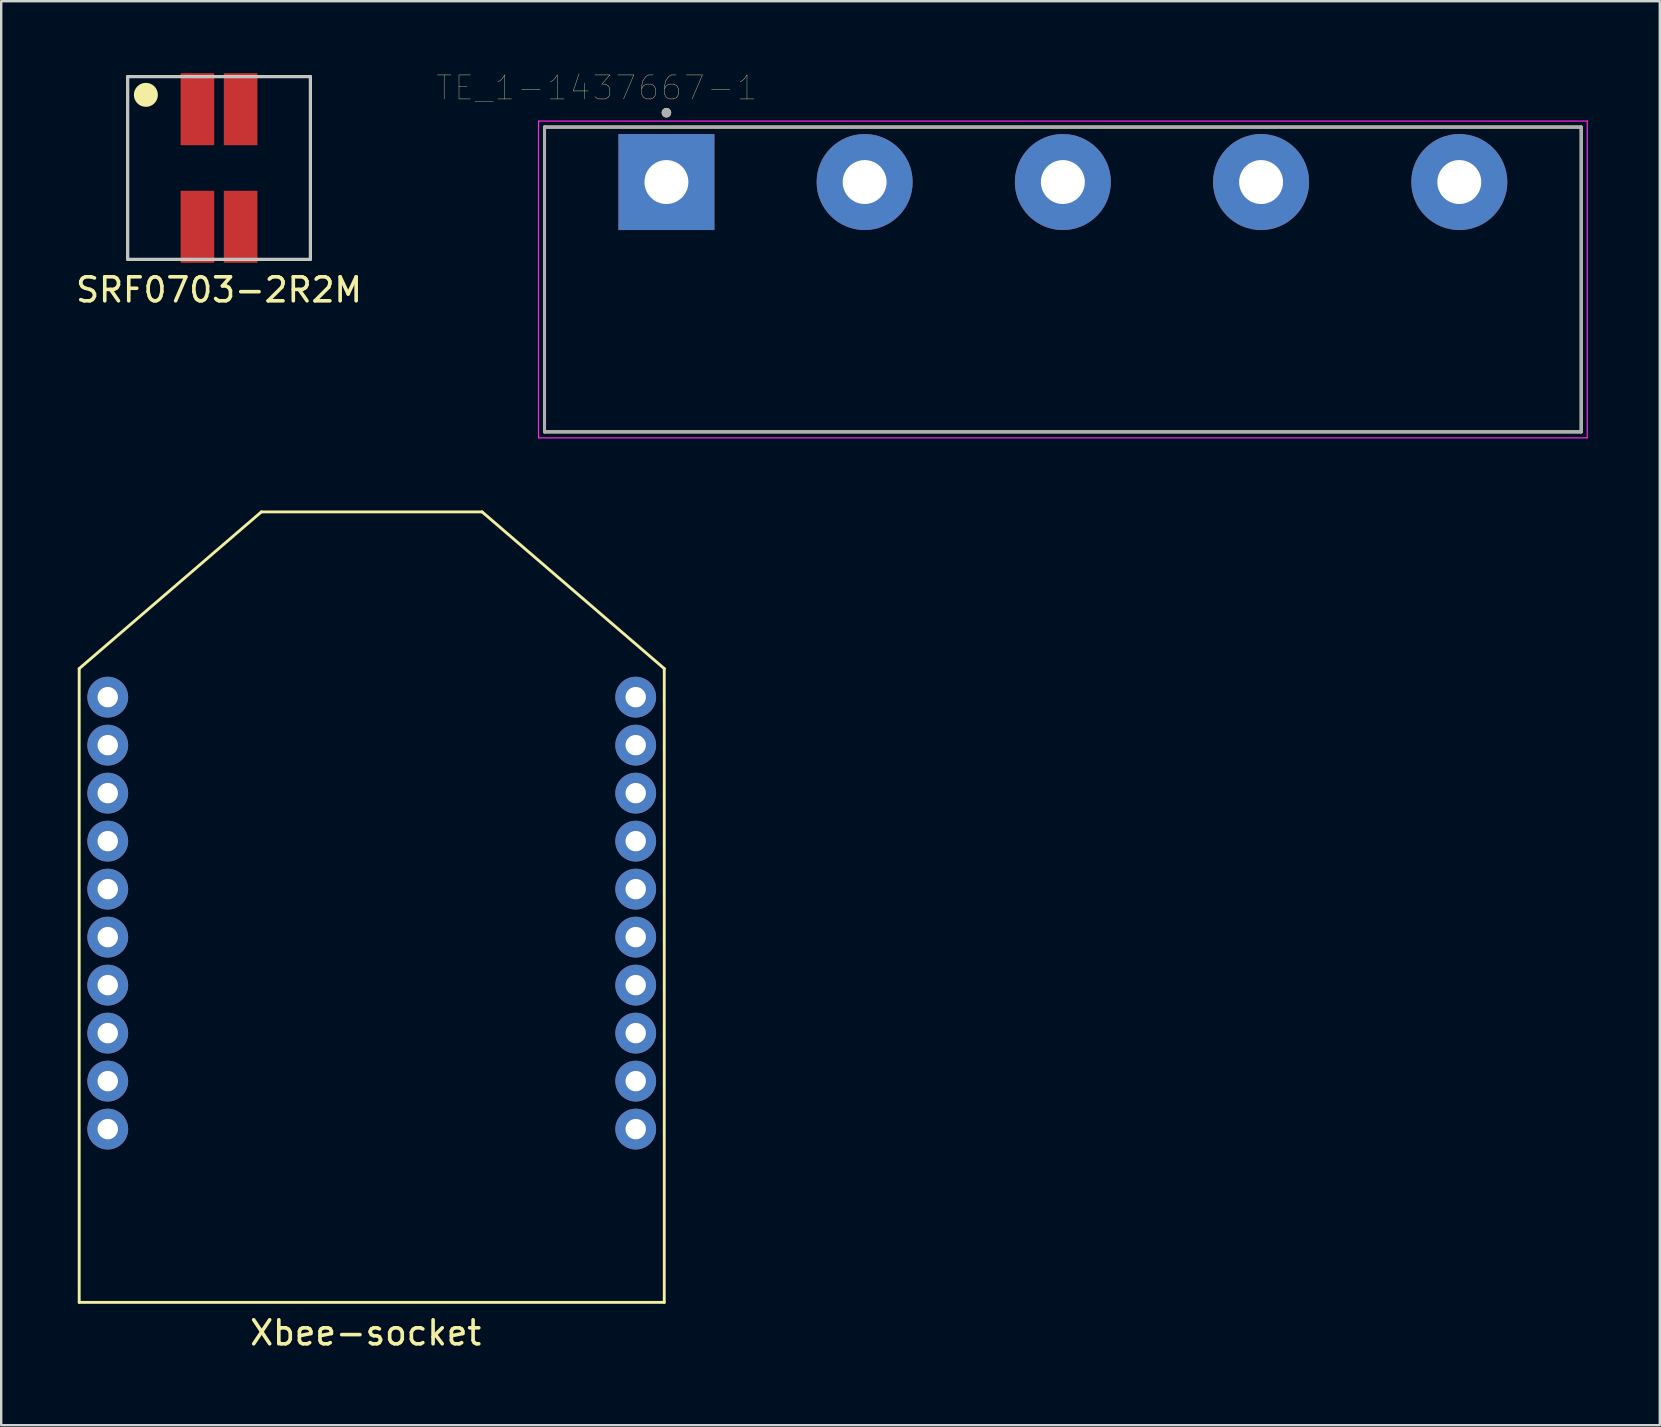
<source format=kicad_pcb>
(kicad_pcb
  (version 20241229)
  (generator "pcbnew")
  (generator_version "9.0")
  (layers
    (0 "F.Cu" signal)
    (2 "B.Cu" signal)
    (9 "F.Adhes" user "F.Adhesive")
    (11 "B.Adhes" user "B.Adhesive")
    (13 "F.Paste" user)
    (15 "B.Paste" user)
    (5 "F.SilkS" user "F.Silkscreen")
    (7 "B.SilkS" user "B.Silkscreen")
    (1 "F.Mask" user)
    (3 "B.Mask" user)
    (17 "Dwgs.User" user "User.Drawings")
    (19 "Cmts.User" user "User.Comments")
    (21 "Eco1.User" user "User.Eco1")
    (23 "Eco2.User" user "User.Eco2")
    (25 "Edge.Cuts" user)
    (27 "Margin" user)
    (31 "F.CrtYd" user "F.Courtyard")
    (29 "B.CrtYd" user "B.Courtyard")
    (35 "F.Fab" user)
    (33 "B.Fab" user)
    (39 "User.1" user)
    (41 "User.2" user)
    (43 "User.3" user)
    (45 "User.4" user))
  (footprint "Xbee-socket"
    (layer "F.Cu")
    (at 0.25 51.221)
    (property "Reference" "Xbee-socket" (at 11.938 1.27 0) (layer "F.SilkS") (effects (font (size 1 1) (thickness 0.15))))
    (attr through_hole)
    (fp_line (start 0 -26.41) (end 7.59 -32.94) (stroke (width 0.12) (type solid)) (layer "F.SilkS"))
    (fp_line (start 0 0) (end 0 -26.41) (stroke (width 0.12) (type solid)) (layer "F.SilkS"))
    (fp_line (start 0 0) (end 24.38 0) (stroke (width 0.12) (type solid)) (layer "F.SilkS"))
    (fp_line (start 7.59 -32.94) (end 16.79 -32.94) (stroke (width 0.12) (type solid)) (layer "F.SilkS"))
    (fp_line (start 24.38 -26.41) (end 16.79 -32.94) (stroke (width 0.12) (type solid)) (layer "F.SilkS"))
    (fp_line (start 24.38 0) (end 24.38 -26.41) (stroke (width 0.12) (type solid)) (layer "F.SilkS"))
    (pad "1" thru_hole circle (at 1.19 -25.22) (size 1.7 1.7) (drill 0.85) (layers "*.Cu" "*.Mask"))
    (pad "2" thru_hole circle (at 1.19 -23.22) (size 1.7 1.7) (drill 0.85) (layers "*.Cu" "*.Mask"))
    (pad "3" thru_hole circle (at 1.19 -21.22) (size 1.7 1.7) (drill 0.85) (layers "*.Cu" "*.Mask"))
    (pad "4" thru_hole circle (at 1.19 -19.22) (size 1.7 1.7) (drill 0.85) (layers "*.Cu" "*.Mask"))
    (pad "5" thru_hole circle (at 1.19 -17.22) (size 1.7 1.7) (drill 0.85) (layers "*.Cu" "*.Mask"))
    (pad "6" thru_hole circle (at 1.19 -15.22) (size 1.7 1.7) (drill 0.85) (layers "*.Cu" "*.Mask"))
    (pad "7" thru_hole circle (at 1.19 -13.22) (size 1.7 1.7) (drill 0.85) (layers "*.Cu" "*.Mask"))
    (pad "8" thru_hole circle (at 1.19 -11.22) (size 1.7 1.7) (drill 0.85) (layers "*.Cu" "*.Mask"))
    (pad "9" thru_hole circle (at 1.19 -9.22) (size 1.7 1.7) (drill 0.85) (layers "*.Cu" "*.Mask"))
    (pad "10" thru_hole circle (at 1.19 -7.22) (size 1.7 1.7) (drill 0.85) (layers "*.Cu" "*.Mask"))
    (pad "11" thru_hole circle (at 23.19 -7.22) (size 1.7 1.7) (drill 0.85) (layers "*.Cu" "*.Mask"))
    (pad "12" thru_hole circle (at 23.19 -9.22) (size 1.7 1.7) (drill 0.85) (layers "*.Cu" "*.Mask"))
    (pad "13" thru_hole circle (at 23.19 -11.22) (size 1.7 1.7) (drill 0.85) (layers "*.Cu" "*.Mask"))
    (pad "14" thru_hole circle (at 23.19 -13.22) (size 1.7 1.7) (drill 0.85) (layers "*.Cu" "*.Mask"))
    (pad "15" thru_hole circle (at 23.19 -15.22) (size 1.7 1.7) (drill 0.85) (layers "*.Cu" "*.Mask"))
    (pad "16" thru_hole circle (at 23.19 -17.22) (size 1.7 1.7) (drill 0.85) (layers "*.Cu" "*.Mask"))
    (pad "17" thru_hole circle (at 23.19 -19.22) (size 1.7 1.7) (drill 0.85) (layers "*.Cu" "*.Mask"))
    (pad "18" thru_hole circle (at 23.19 -21.22) (size 1.7 1.7) (drill 0.85) (layers "*.Cu" "*.Mask"))
    (pad "19" thru_hole circle (at 23.19 -23.22) (size 1.7 1.7) (drill 0.85) (layers "*.Cu" "*.Mask"))
    (pad "20" thru_hole circle (at 23.19 -25.22) (size 1.7 1.7) (drill 0.85) (layers "*.Cu" "*.Mask")))
  (footprint "TE_1-1437667-1"
    (layer "F.Cu")
    (at 41.24 4.536)
    (property "Reference" "TE_1-1437667-1" (at -19.425 -3.925 0) (layer "F.SilkS") (effects (font (size 1 1) (thickness 0.015))))
    (attr through_hole)
    (fp_line (start -21.6 -2.29) (end 21.6 -2.29) (stroke (width 0.127) (type solid)) (layer "F.SilkS"))
    (fp_line (start -21.6 10.41) (end -21.6 -2.29) (stroke (width 0.127) (type solid)) (layer "F.SilkS"))
    (fp_line (start 21.6 -2.29) (end 21.6 10.41) (stroke (width 0.127) (type solid)) (layer "F.SilkS"))
    (fp_line (start 21.6 10.41) (end -21.6 10.41) (stroke (width 0.127) (type solid)) (layer "F.SilkS"))
    (fp_circle (center -16.52 -2.89) (end -16.42 -2.89) (stroke (width 0.2) (type solid)) (fill no) (layer "F.SilkS"))
    (fp_line (start -21.85 -2.54) (end 21.85 -2.54) (stroke (width 0.05) (type solid)) (layer "F.CrtYd"))
    (fp_line (start -21.85 10.66) (end -21.85 -2.54) (stroke (width 0.05) (type solid)) (layer "F.CrtYd"))
    (fp_line (start 21.85 -2.54) (end 21.85 10.66) (stroke (width 0.05) (type solid)) (layer "F.CrtYd"))
    (fp_line (start 21.85 10.66) (end -21.85 10.66) (stroke (width 0.05) (type solid)) (layer "F.CrtYd"))
    (fp_line (start -21.6 -2.29) (end 21.6 -2.29) (stroke (width 0.127) (type solid)) (layer "F.Fab"))
    (fp_line (start -21.6 10.41) (end -21.6 -2.29) (stroke (width 0.127) (type solid)) (layer "F.Fab"))
    (fp_line (start 21.6 -2.29) (end 21.6 10.41) (stroke (width 0.127) (type solid)) (layer "F.Fab"))
    (fp_line (start 21.6 10.41) (end -21.6 10.41) (stroke (width 0.127) (type solid)) (layer "F.Fab"))
    (fp_circle (center -16.52 -2.89) (end -16.42 -2.89) (stroke (width 0.2) (type solid)) (fill no) (layer "F.Fab"))
    (pad "1" thru_hole rect (at -16.52 0) (size 4 4) (drill 1.83) (layers "*.Cu" "*.Mask"))
    (pad "2" thru_hole circle (at -8.26 0) (size 4 4) (drill 1.83) (layers "*.Cu" "*.Mask"))
    (pad "3" thru_hole circle (at 0 0) (size 4 4) (drill 1.83) (layers "*.Cu" "*.Mask"))
    (pad "4" thru_hole circle (at 8.26 0) (size 4 4) (drill 1.83) (layers "*.Cu" "*.Mask"))
    (pad "5" thru_hole circle (at 16.52 0) (size 4 4) (drill 1.83) (layers "*.Cu" "*.Mask")))
  (footprint "SRF0703-2R2M"
    (layer "F.Cu")
    (at 6.077 3.95)
    (property "Reference" "SRF0703-2R2M" (at 0 5.08 0) (layer "F.SilkS") (effects (font (size 1 1) (thickness 0.15))))
    (attr through_hole)
    (fp_line (start -3.81 -3.81) (end 3.81 -3.81) (stroke (width 0.12) (type solid)) (layer "F.SilkS"))
    (fp_line (start -3.81 3.81) (end -3.81 -3.81) (stroke (width 0.12) (type solid)) (layer "F.SilkS"))
    (fp_line (start 3.81 -3.81) (end 3.81 3.81) (stroke (width 0.12) (type solid)) (layer "F.SilkS"))
    (fp_line (start 3.81 3.81) (end -3.81 3.81) (stroke (width 0.12) (type solid)) (layer "F.SilkS"))
    (fp_circle (center -3.048 -3.048) (end -3.048 -3.048) (stroke (width 0.5) (type solid)) (fill no) (layer "F.SilkS"))
    (fp_line (start -3.8 -3.8) (end 3.8 -3.8) (stroke (width 0.12) (type solid)) (layer "Dwgs.User"))
    (fp_line (start -3.8 3.8) (end -3.8 -3.8) (stroke (width 0.12) (type solid)) (layer "Dwgs.User"))
    (fp_line (start -3.8 3.8) (end 3.8 3.8) (stroke (width 0.12) (type solid)) (layer "Dwgs.User"))
    (fp_line (start 3.8 -3.8) (end 3.8 3.8) (stroke (width 0.12) (type solid)) (layer "Dwgs.User"))
    (pad "1" smd rect (at -0.9 -2.45) (size 1.4 3) (layers "F.Cu" "F.Mask" "F.Paste"))
    (pad "2" smd rect (at 0.9 -2.45) (size 1.4 3) (layers "F.Cu" "F.Mask" "F.Paste"))
    (pad "3" smd rect (at 0.9 2.45) (size 1.4 3) (layers "F.Cu" "F.Mask" "F.Paste"))
    (pad "4" smd rect (at -0.9 2.45) (size 1.4 3) (layers "F.Cu" "F.Mask" "F.Paste")))
  (gr_rect
    (start -3 -3)
    (end 66.115 56.34)
    (stroke (width 0.1) (type default))
    (fill no)
    (layer "Edge.Cuts")))
</source>
